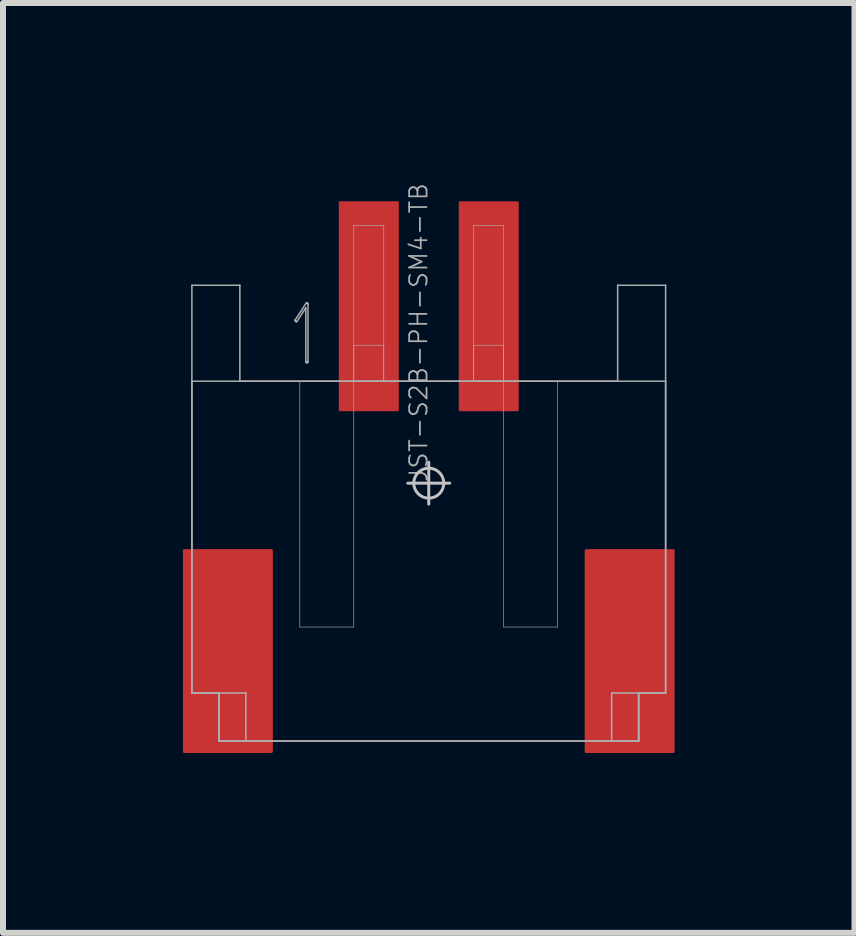
<source format=kicad_pcb>
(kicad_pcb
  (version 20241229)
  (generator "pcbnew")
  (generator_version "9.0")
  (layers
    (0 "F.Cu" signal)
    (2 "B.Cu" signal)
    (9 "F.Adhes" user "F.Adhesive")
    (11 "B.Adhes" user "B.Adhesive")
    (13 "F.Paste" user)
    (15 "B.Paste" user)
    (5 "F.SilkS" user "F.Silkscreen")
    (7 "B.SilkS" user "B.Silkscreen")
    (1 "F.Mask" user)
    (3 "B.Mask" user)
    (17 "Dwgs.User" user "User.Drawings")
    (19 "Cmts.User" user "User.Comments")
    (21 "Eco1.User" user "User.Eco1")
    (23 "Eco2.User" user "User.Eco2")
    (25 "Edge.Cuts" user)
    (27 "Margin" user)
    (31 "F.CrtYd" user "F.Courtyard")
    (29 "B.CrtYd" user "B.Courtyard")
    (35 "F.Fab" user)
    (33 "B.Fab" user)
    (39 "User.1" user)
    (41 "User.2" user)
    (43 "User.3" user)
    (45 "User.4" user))
  (footprint "JST-S2B-PH-SM4-TB"
    (layer "F.Cu")
    (at 4.1 5.007)
    (property "Reference" "JST-S2B-PH-SM4-TB" (at 0 0 90) (layer "F.Fab") (effects (font (size 0.29 0.29) (thickness 0.029)) (justify left bottom)))
    (attr through_hole)
    (fp_line (start 0 0.35) (end 0 -0.35) (stroke (width 0.05) (type solid)) (layer "Dwgs.User"))
    (fp_line (start 0.35 0) (end -0.35 0) (stroke (width 0.05) (type solid)) (layer "Dwgs.User"))
    (fp_circle (center 0 0) (end 0.25 0) (stroke (width 0.05) (type solid)) (fill no) (layer "Dwgs.User"))
    (fp_line (start -3.95 -3.3) (end -3.15 -3.3) (stroke (width 0.025) (type solid)) (layer "F.Fab"))
    (fp_line (start -3.95 -1.7) (end 3.95 -1.7) (stroke (width 0.025) (type solid)) (layer "F.Fab"))
    (fp_line (start -3.95 3.5) (end -3.95 -3.3) (stroke (width 0.025) (type solid)) (layer "F.Fab"))
    (fp_line (start -3.95 3.5) (end -3.95 -1.7) (stroke (width 0.025) (type solid)) (layer "F.Fab"))
    (fp_line (start -3.5 3.5) (end -3.95 3.5) (stroke (width 0.025) (type solid)) (layer "F.Fab"))
    (fp_line (start -3.5 3.5) (end -3.95 3.5) (stroke (width 0.025) (type solid)) (layer "F.Fab"))
    (fp_line (start -3.5 3.5) (end -3.5 4.3) (stroke (width 0.025) (type solid)) (layer "F.Fab"))
    (fp_line (start -3.5 4.3) (end -3.5 3.5) (stroke (width 0.025) (type solid)) (layer "F.Fab"))
    (fp_line (start -3.5 4.3) (end -3.5 3.5) (stroke (width 0.025) (type solid)) (layer "F.Fab"))
    (fp_line (start -3.5 4.3) (end -3.05 4.3) (stroke (width 0.025) (type solid)) (layer "F.Fab"))
    (fp_line (start -3.15 -3.3) (end -3.15 -1.7) (stroke (width 0.025) (type solid)) (layer "F.Fab"))
    (fp_line (start -3.15 -1.7) (end 3.15 -1.7) (stroke (width 0.025) (type solid)) (layer "F.Fab"))
    (fp_line (start -3.05 3.5) (end -3.5 3.5) (stroke (width 0.025) (type solid)) (layer "F.Fab"))
    (fp_line (start -3.05 4.3) (end -3.05 3.5) (stroke (width 0.025) (type solid)) (layer "F.Fab"))
    (fp_line (start -2.228 -2.717) (end -2.228 -2.71) (stroke (width 0.025) (type solid)) (layer "F.Fab"))
    (fp_line (start -2.228 -2.71) (end -2.225 -2.704) (stroke (width 0.025) (type solid)) (layer "F.Fab"))
    (fp_line (start -2.226 -2.724) (end -2.228 -2.717) (stroke (width 0.025) (type solid)) (layer "F.Fab"))
    (fp_line (start -2.225 -2.704) (end -2.22 -2.699) (stroke (width 0.025) (type solid)) (layer "F.Fab"))
    (fp_line (start -2.22 -2.699) (end -2.214 -2.695) (stroke (width 0.025) (type solid)) (layer "F.Fab"))
    (fp_line (start -2.214 -2.695) (end -2.208 -2.693) (stroke (width 0.025) (type solid)) (layer "F.Fab"))
    (fp_line (start -2.208 -2.693) (end -2.202 -2.694) (stroke (width 0.025) (type solid)) (layer "F.Fab"))
    (fp_line (start -2.202 -2.694) (end -2.197 -2.699) (stroke (width 0.025) (type solid)) (layer "F.Fab"))
    (fp_line (start -2.197 -2.699) (end -2.05 -2.924) (stroke (width 0.025) (type solid)) (layer "F.Fab"))
    (fp_line (start -2.15 -1.7) (end -2.15 2.4) (stroke (width 0.01) (type solid)) (layer "F.Fab"))
    (fp_line (start -2.15 2.4) (end -1.25 2.4) (stroke (width 0.01) (type solid)) (layer "F.Fab"))
    (fp_line (start -2.05 -2.924) (end -2.05 -2.026) (stroke (width 0.025) (type solid)) (layer "F.Fab"))
    (fp_line (start -2.05 -2.026) (end -2.049 -2.019) (stroke (width 0.025) (type solid)) (layer "F.Fab"))
    (fp_line (start -2.049 -2.019) (end -2.044 -2.013) (stroke (width 0.025) (type solid)) (layer "F.Fab"))
    (fp_line (start -2.047 -2.998) (end -2.226 -2.724) (stroke (width 0.025) (type solid)) (layer "F.Fab"))
    (fp_line (start -2.044 -2.013) (end -2.038 -2.01) (stroke (width 0.025) (type solid)) (layer "F.Fab"))
    (fp_line (start -2.043 -3.002) (end -2.047 -2.998) (stroke (width 0.025) (type solid)) (layer "F.Fab"))
    (fp_line (start -2.039 -3.004) (end -2.043 -3.002) (stroke (width 0.025) (type solid)) (layer "F.Fab"))
    (fp_line (start -2.038 -2.01) (end -2.033 -2.009) (stroke (width 0.025) (type solid)) (layer "F.Fab"))
    (fp_line (start -2.035 -3.004) (end -2.039 -3.004) (stroke (width 0.025) (type solid)) (layer "F.Fab"))
    (fp_line (start -2.033 -2.009) (end -2.026 -2.01) (stroke (width 0.025) (type solid)) (layer "F.Fab"))
    (fp_line (start -2.03 -3.002) (end -2.035 -3.004) (stroke (width 0.025) (type solid)) (layer "F.Fab"))
    (fp_line (start -2.026 -2.01) (end -2.02 -2.013) (stroke (width 0.025) (type solid)) (layer "F.Fab"))
    (fp_line (start -2.023 -3.001) (end -2.03 -3.002) (stroke (width 0.025) (type solid)) (layer "F.Fab"))
    (fp_line (start -2.02 -2.013) (end -2.015 -2.019) (stroke (width 0.025) (type solid)) (layer "F.Fab"))
    (fp_line (start -2.018 -2.998) (end -2.023 -3.001) (stroke (width 0.025) (type solid)) (layer "F.Fab"))
    (fp_line (start -2.015 -2.993) (end -2.018 -2.998) (stroke (width 0.025) (type solid)) (layer "F.Fab"))
    (fp_line (start -2.015 -2.019) (end -2.014 -2.026) (stroke (width 0.025) (type solid)) (layer "F.Fab"))
    (fp_line (start -2.014 -2.986) (end -2.015 -2.993) (stroke (width 0.025) (type solid)) (layer "F.Fab"))
    (fp_line (start -2.014 -2.026) (end -2.014 -2.986) (stroke (width 0.025) (type solid)) (layer "F.Fab"))
    (fp_line (start -1.25 -4.3) (end -1.25 -1.7) (stroke (width 0.01) (type solid)) (layer "F.Fab"))
    (fp_line (start -1.25 -2.3) (end -1.25 -1.7) (stroke (width 0.01) (type solid)) (layer "F.Fab"))
    (fp_line (start -1.25 -1.7) (end -2.15 -1.7) (stroke (width 0.01) (type solid)) (layer "F.Fab"))
    (fp_line (start -1.25 -1.7) (end -0.75 -1.7) (stroke (width 0.01) (type solid)) (layer "F.Fab"))
    (fp_line (start -1.25 -1.7) (end -0.75 -1.7) (stroke (width 0.01) (type solid)) (layer "F.Fab"))
    (fp_line (start -1.25 2.4) (end -1.25 -1.7) (stroke (width 0.01) (type solid)) (layer "F.Fab"))
    (fp_line (start -0.75 -4.3) (end -1.25 -4.3) (stroke (width 0.01) (type solid)) (layer "F.Fab"))
    (fp_line (start -0.75 -2.3) (end -1.25 -2.3) (stroke (width 0.01) (type solid)) (layer "F.Fab"))
    (fp_line (start -0.75 -1.7) (end -0.75 -4.3) (stroke (width 0.01) (type solid)) (layer "F.Fab"))
    (fp_line (start -0.75 -1.7) (end -0.75 -2.3) (stroke (width 0.01) (type solid)) (layer "F.Fab"))
    (fp_line (start 0.75 -4.3) (end 0.75 -1.7) (stroke (width 0.01) (type solid)) (layer "F.Fab"))
    (fp_line (start 0.75 -2.3) (end 0.75 -1.7) (stroke (width 0.01) (type solid)) (layer "F.Fab"))
    (fp_line (start 0.75 -1.7) (end 1.25 -1.7) (stroke (width 0.01) (type solid)) (layer "F.Fab"))
    (fp_line (start 0.75 -1.7) (end 1.25 -1.7) (stroke (width 0.01) (type solid)) (layer "F.Fab"))
    (fp_line (start 1.25 -4.3) (end 0.75 -4.3) (stroke (width 0.01) (type solid)) (layer "F.Fab"))
    (fp_line (start 1.25 -2.3) (end 0.75 -2.3) (stroke (width 0.01) (type solid)) (layer "F.Fab"))
    (fp_line (start 1.25 -1.7) (end 1.25 -4.3) (stroke (width 0.01) (type solid)) (layer "F.Fab"))
    (fp_line (start 1.25 -1.7) (end 1.25 -2.3) (stroke (width 0.01) (type solid)) (layer "F.Fab"))
    (fp_line (start 1.25 -1.7) (end 1.25 2.4) (stroke (width 0.01) (type solid)) (layer "F.Fab"))
    (fp_line (start 1.25 2.4) (end 2.15 2.4) (stroke (width 0.01) (type solid)) (layer "F.Fab"))
    (fp_line (start 2.15 -1.7) (end 1.25 -1.7) (stroke (width 0.01) (type solid)) (layer "F.Fab"))
    (fp_line (start 2.15 2.4) (end 2.15 -1.7) (stroke (width 0.01) (type solid)) (layer "F.Fab"))
    (fp_line (start 3.05 3.5) (end 3.05 4.3) (stroke (width 0.025) (type solid)) (layer "F.Fab"))
    (fp_line (start 3.05 4.3) (end 3.5 4.3) (stroke (width 0.025) (type solid)) (layer "F.Fab"))
    (fp_line (start 3.15 -3.3) (end 3.95 -3.3) (stroke (width 0.025) (type solid)) (layer "F.Fab"))
    (fp_line (start 3.15 -1.7) (end 3.15 -3.3) (stroke (width 0.025) (type solid)) (layer "F.Fab"))
    (fp_line (start 3.5 3.5) (end 3.05 3.5) (stroke (width 0.025) (type solid)) (layer "F.Fab"))
    (fp_line (start 3.5 3.5) (end 3.5 4.3) (stroke (width 0.025) (type solid)) (layer "F.Fab"))
    (fp_line (start 3.5 3.5) (end 3.5 4.3) (stroke (width 0.025) (type solid)) (layer "F.Fab"))
    (fp_line (start 3.5 4.3) (end -3.5 4.3) (stroke (width 0.025) (type solid)) (layer "F.Fab"))
    (fp_line (start 3.5 4.3) (end -3.5 4.3) (stroke (width 0.025) (type solid)) (layer "F.Fab"))
    (fp_line (start 3.5 4.3) (end 3.5 3.5) (stroke (width 0.025) (type solid)) (layer "F.Fab"))
    (fp_line (start 3.95 -3.3) (end 3.95 3.5) (stroke (width 0.025) (type solid)) (layer "F.Fab"))
    (fp_line (start 3.95 -1.7) (end 3.95 3.5) (stroke (width 0.025) (type solid)) (layer "F.Fab"))
    (fp_line (start 3.95 3.5) (end 3.5 3.5) (stroke (width 0.025) (type solid)) (layer "F.Fab"))
    (fp_line (start 3.95 3.5) (end 3.5 3.5) (stroke (width 0.025) (type solid)) (layer "F.Fab"))
    (pad "1" smd rect (at -1 -2.95) (size 1 3.5) (layers "F.Cu" "F.Mask" "F.Paste"))
    (pad "2" smd roundrect (at 1 -2.95) (size 1 3.5) (layers "F.Cu" "F.Mask" "F.Paste") (roundrect_rratio 0.015))
    (pad "3" smd roundrect (at 3.35 2.8) (size 1.5 3.4) (layers "F.Cu" "F.Mask" "F.Paste") (roundrect_rratio 0.015))
    (pad "4" smd roundrect (at -3.35 2.8) (size 1.5 3.4) (layers "F.Cu" "F.Mask" "F.Paste") (roundrect_rratio 0.015)))
  (gr_rect
    (start -3 -3)
    (end 11.2 12.507)
    (stroke (width 0.1) (type default))
    (fill no)
    (layer "Edge.Cuts")))
</source>
